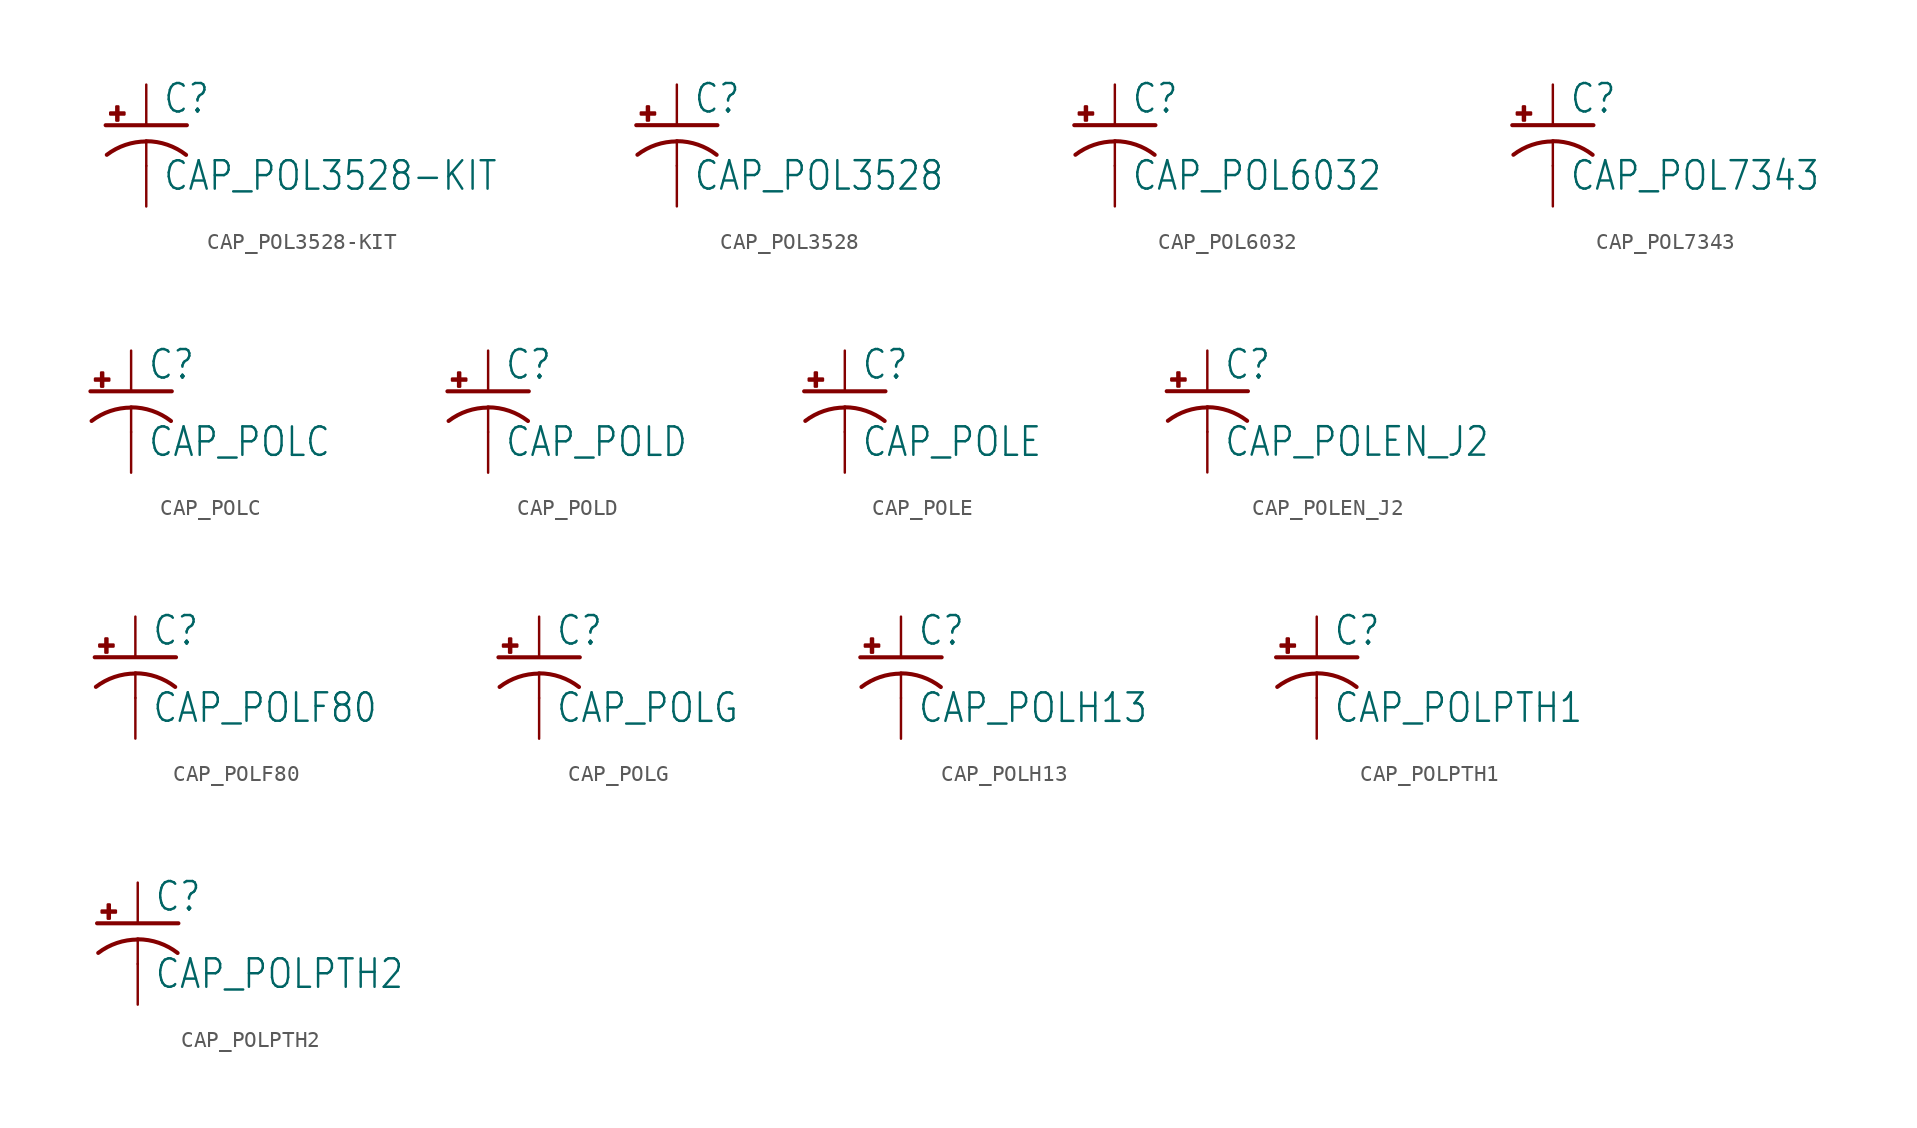
<source format=kicad_sym>
(kicad_symbol_lib
  (version 20200126)
  (host kicad_symbol_editor "5.99.0-unknown-aa7ce74~88~ubuntu18.04.1")
  (symbol "CAP_POL3528-KIT"
    (property "Reference" "C"
      (at 1.016 0.635 0)
      (effects (font (size 1.778 1.511)) (justify left bottom)))
    (property "Value" "CAP_POL3528-KIT"
      (at 1.016 -4.191 0)
      (effects (font (size 1.778 1.511)) (justify left bottom)))
    (property "ki_locked" ""
      (at 0 0 0)
      (effects (font (size 1.27 1.27))))
    (symbol "CAP_POL3528-KIT_1_0"
      (arc (start 2.4892 -1.8542) (end 0 -1) (radius (at 0 -5.0542) (length 4.0541) (angles 52.1 90)) (stroke (width 0.254)) (fill (type none)))
      (arc (start 0 -1.0161) (end -2.4669 -1.8504) (radius (at -0.0001 -5.0797) (length 4.0636) (angles 90 127.4)) (stroke (width 0.254)) (fill (type none)))
      (rectangle (start -2.253 0.668) (end -1.364 0.795) (stroke (width 0)) (fill (type outline)))
      (rectangle (start -1.872 0.287) (end -1.745 1.176) (stroke (width 0)) (fill (type outline)))
      (polyline (pts (xy -2.54 0) (xy 2.54 0)) (stroke (width 0.254)) (fill (type none)))
      (polyline (pts (xy 0 -1.016) (xy 0 -1.016)) (stroke (width 0.152)) (fill (type none)))
      (polyline (pts (xy 0 -1.016) (xy 0 -2.54)) (stroke (width 0.152)) (fill (type none)))
      (pin passive line (at 0 2.54 270) (length 2.54) (name "+" (effects (font (size 0 0)))) (number "A" (effects (font (size 0 0)))))
      (pin passive line (at 0 -5.08 90) (length 2.54) (name "-" (effects (font (size 0 0)))) (number "C" (effects (font (size 0 0)))))))
  (symbol "CAP_POL3528"
    (property "Reference" "C"
      (at 1.016 0.635 0)
      (effects (font (size 1.778 1.511)) (justify left bottom)))
    (property "Value" "CAP_POL3528"
      (at 1.016 -4.191 0)
      (effects (font (size 1.778 1.511)) (justify left bottom)))
    (property "ki_locked" ""
      (at 0 0 0)
      (effects (font (size 1.27 1.27))))
    (symbol "CAP_POL3528_1_0"
      (arc (start 2.4892 -1.8542) (end 0 -1) (radius (at 0 -5.0542) (length 4.0541) (angles 52.1 90)) (stroke (width 0.254)) (fill (type none)))
      (arc (start 0 -1.0161) (end -2.4669 -1.8504) (radius (at -0.0001 -5.0797) (length 4.0636) (angles 90 127.4)) (stroke (width 0.254)) (fill (type none)))
      (rectangle (start -2.253 0.668) (end -1.364 0.795) (stroke (width 0)) (fill (type outline)))
      (rectangle (start -1.872 0.287) (end -1.745 1.176) (stroke (width 0)) (fill (type outline)))
      (polyline (pts (xy -2.54 0) (xy 2.54 0)) (stroke (width 0.254)) (fill (type none)))
      (polyline (pts (xy 0 -1.016) (xy 0 -1.016)) (stroke (width 0.152)) (fill (type none)))
      (polyline (pts (xy 0 -1.016) (xy 0 -2.54)) (stroke (width 0.152)) (fill (type none)))
      (pin passive line (at 0 2.54 270) (length 2.54) (name "+" (effects (font (size 0 0)))) (number "A" (effects (font (size 0 0)))))
      (pin passive line (at 0 -5.08 90) (length 2.54) (name "-" (effects (font (size 0 0)))) (number "C" (effects (font (size 0 0)))))))
  (symbol "CAP_POL6032"
    (property "Reference" "C"
      (at 1.016 0.635 0)
      (effects (font (size 1.778 1.511)) (justify left bottom)))
    (property "Value" "CAP_POL6032"
      (at 1.016 -4.191 0)
      (effects (font (size 1.778 1.511)) (justify left bottom)))
    (property "ki_locked" ""
      (at 0 0 0)
      (effects (font (size 1.27 1.27))))
    (symbol "CAP_POL6032_1_0"
      (arc (start 2.4892 -1.8542) (end 0 -1) (radius (at 0 -5.0542) (length 4.0541) (angles 52.1 90)) (stroke (width 0.254)) (fill (type none)))
      (arc (start 0 -1.0161) (end -2.4669 -1.8504) (radius (at -0.0001 -5.0797) (length 4.0636) (angles 90 127.4)) (stroke (width 0.254)) (fill (type none)))
      (rectangle (start -2.253 0.668) (end -1.364 0.795) (stroke (width 0)) (fill (type outline)))
      (rectangle (start -1.872 0.287) (end -1.745 1.176) (stroke (width 0)) (fill (type outline)))
      (polyline (pts (xy -2.54 0) (xy 2.54 0)) (stroke (width 0.254)) (fill (type none)))
      (polyline (pts (xy 0 -1.016) (xy 0 -1.016)) (stroke (width 0.152)) (fill (type none)))
      (polyline (pts (xy 0 -1.016) (xy 0 -2.54)) (stroke (width 0.152)) (fill (type none)))
      (pin passive line (at 0 2.54 270) (length 2.54) (name "+" (effects (font (size 0 0)))) (number "P$1" (effects (font (size 0 0)))))
      (pin passive line (at 0 -5.08 90) (length 2.54) (name "-" (effects (font (size 0 0)))) (number "P$2" (effects (font (size 0 0)))))))
  (symbol "CAP_POL7343"
    (property "Reference" "C"
      (at 1.016 0.635 0)
      (effects (font (size 1.778 1.511)) (justify left bottom)))
    (property "Value" "CAP_POL7343"
      (at 1.016 -4.191 0)
      (effects (font (size 1.778 1.511)) (justify left bottom)))
    (property "ki_locked" ""
      (at 0 0 0)
      (effects (font (size 1.27 1.27))))
    (symbol "CAP_POL7343_1_0"
      (arc (start 2.4892 -1.8542) (end 0 -1) (radius (at 0 -5.0542) (length 4.0541) (angles 52.1 90)) (stroke (width 0.254)) (fill (type none)))
      (arc (start 0 -1.0161) (end -2.4669 -1.8504) (radius (at -0.0001 -5.0797) (length 4.0636) (angles 90 127.4)) (stroke (width 0.254)) (fill (type none)))
      (rectangle (start -2.253 0.668) (end -1.364 0.795) (stroke (width 0)) (fill (type outline)))
      (rectangle (start -1.872 0.287) (end -1.745 1.176) (stroke (width 0)) (fill (type outline)))
      (polyline (pts (xy -2.54 0) (xy 2.54 0)) (stroke (width 0.254)) (fill (type none)))
      (polyline (pts (xy 0 -1.016) (xy 0 -1.016)) (stroke (width 0.152)) (fill (type none)))
      (polyline (pts (xy 0 -1.016) (xy 0 -2.54)) (stroke (width 0.152)) (fill (type none)))
      (pin passive line (at 0 2.54 270) (length 2.54) (name "+" (effects (font (size 0 0)))) (number "A" (effects (font (size 0 0)))))
      (pin passive line (at 0 -5.08 90) (length 2.54) (name "-" (effects (font (size 0 0)))) (number "C" (effects (font (size 0 0)))))))
  (symbol "CAP_POLC"
    (property "Reference" "C"
      (at 1.016 0.635 0)
      (effects (font (size 1.778 1.511)) (justify left bottom)))
    (property "Value" "CAP_POLC"
      (at 1.016 -4.191 0)
      (effects (font (size 1.778 1.511)) (justify left bottom)))
    (property "ki_locked" ""
      (at 0 0 0)
      (effects (font (size 1.27 1.27))))
    (symbol "CAP_POLC_1_0"
      (arc (start 2.4892 -1.8542) (end 0 -1) (radius (at 0 -5.0542) (length 4.0541) (angles 52.1 90)) (stroke (width 0.254)) (fill (type none)))
      (arc (start 0 -1.0161) (end -2.4669 -1.8504) (radius (at -0.0001 -5.0797) (length 4.0636) (angles 90 127.4)) (stroke (width 0.254)) (fill (type none)))
      (rectangle (start -2.253 0.668) (end -1.364 0.795) (stroke (width 0)) (fill (type outline)))
      (rectangle (start -1.872 0.287) (end -1.745 1.176) (stroke (width 0)) (fill (type outline)))
      (polyline (pts (xy -2.54 0) (xy 2.54 0)) (stroke (width 0.254)) (fill (type none)))
      (polyline (pts (xy 0 -1.016) (xy 0 -1.016)) (stroke (width 0.152)) (fill (type none)))
      (polyline (pts (xy 0 -1.016) (xy 0 -2.54)) (stroke (width 0.152)) (fill (type none)))
      (pin passive line (at 0 2.54 270) (length 2.54) (name "+" (effects (font (size 0 0)))) (number "+" (effects (font (size 0 0)))))
      (pin passive line (at 0 -5.08 90) (length 2.54) (name "-" (effects (font (size 0 0)))) (number "-" (effects (font (size 0 0)))))))
  (symbol "CAP_POLD"
    (property "Reference" "C"
      (at 1.016 0.635 0)
      (effects (font (size 1.778 1.511)) (justify left bottom)))
    (property "Value" "CAP_POLD"
      (at 1.016 -4.191 0)
      (effects (font (size 1.778 1.511)) (justify left bottom)))
    (property "ki_locked" ""
      (at 0 0 0)
      (effects (font (size 1.27 1.27))))
    (symbol "CAP_POLD_1_0"
      (arc (start 2.4892 -1.8542) (end 0 -1) (radius (at 0 -5.0542) (length 4.0541) (angles 52.1 90)) (stroke (width 0.254)) (fill (type none)))
      (arc (start 0 -1.0161) (end -2.4669 -1.8504) (radius (at -0.0001 -5.0797) (length 4.0636) (angles 90 127.4)) (stroke (width 0.254)) (fill (type none)))
      (rectangle (start -2.253 0.668) (end -1.364 0.795) (stroke (width 0)) (fill (type outline)))
      (rectangle (start -1.872 0.287) (end -1.745 1.176) (stroke (width 0)) (fill (type outline)))
      (polyline (pts (xy -2.54 0) (xy 2.54 0)) (stroke (width 0.254)) (fill (type none)))
      (polyline (pts (xy 0 -1.016) (xy 0 -1.016)) (stroke (width 0.152)) (fill (type none)))
      (polyline (pts (xy 0 -1.016) (xy 0 -2.54)) (stroke (width 0.152)) (fill (type none)))
      (pin passive line (at 0 2.54 270) (length 2.54) (name "+" (effects (font (size 0 0)))) (number "+" (effects (font (size 0 0)))))
      (pin passive line (at 0 -5.08 90) (length 2.54) (name "-" (effects (font (size 0 0)))) (number "-" (effects (font (size 0 0)))))))
  (symbol "CAP_POLE"
    (property "Reference" "C"
      (at 1.016 0.635 0)
      (effects (font (size 1.778 1.511)) (justify left bottom)))
    (property "Value" "CAP_POLE"
      (at 1.016 -4.191 0)
      (effects (font (size 1.778 1.511)) (justify left bottom)))
    (property "ki_locked" ""
      (at 0 0 0)
      (effects (font (size 1.27 1.27))))
    (symbol "CAP_POLE_1_0"
      (arc (start 2.4892 -1.8542) (end 0 -1) (radius (at 0 -5.0542) (length 4.0541) (angles 52.1 90)) (stroke (width 0.254)) (fill (type none)))
      (arc (start 0 -1.0161) (end -2.4669 -1.8504) (radius (at -0.0001 -5.0797) (length 4.0636) (angles 90 127.4)) (stroke (width 0.254)) (fill (type none)))
      (rectangle (start -2.253 0.668) (end -1.364 0.795) (stroke (width 0)) (fill (type outline)))
      (rectangle (start -1.872 0.287) (end -1.745 1.176) (stroke (width 0)) (fill (type outline)))
      (polyline (pts (xy -2.54 0) (xy 2.54 0)) (stroke (width 0.254)) (fill (type none)))
      (polyline (pts (xy 0 -1.016) (xy 0 -1.016)) (stroke (width 0.152)) (fill (type none)))
      (polyline (pts (xy 0 -1.016) (xy 0 -2.54)) (stroke (width 0.152)) (fill (type none)))
      (pin passive line (at 0 2.54 270) (length 2.54) (name "+" (effects (font (size 0 0)))) (number "+" (effects (font (size 0 0)))))
      (pin passive line (at 0 -5.08 90) (length 2.54) (name "-" (effects (font (size 0 0)))) (number "-" (effects (font (size 0 0)))))))
  (symbol "CAP_POLEN_J2"
    (property "Reference" "C"
      (at 1.016 0.635 0)
      (effects (font (size 1.778 1.511)) (justify left bottom)))
    (property "Value" "CAP_POLEN_J2"
      (at 1.016 -4.191 0)
      (effects (font (size 1.778 1.511)) (justify left bottom)))
    (property "ki_locked" ""
      (at 0 0 0)
      (effects (font (size 1.27 1.27))))
    (symbol "CAP_POLEN_J2_1_0"
      (arc (start 2.4892 -1.8542) (end 0 -1) (radius (at 0 -5.0542) (length 4.0541) (angles 52.1 90)) (stroke (width 0.254)) (fill (type none)))
      (arc (start 0 -1.0161) (end -2.4669 -1.8504) (radius (at -0.0001 -5.0797) (length 4.0636) (angles 90 127.4)) (stroke (width 0.254)) (fill (type none)))
      (rectangle (start -2.253 0.668) (end -1.364 0.795) (stroke (width 0)) (fill (type outline)))
      (rectangle (start -1.872 0.287) (end -1.745 1.176) (stroke (width 0)) (fill (type outline)))
      (polyline (pts (xy -2.54 0) (xy 2.54 0)) (stroke (width 0.254)) (fill (type none)))
      (polyline (pts (xy 0 -1.016) (xy 0 -1.016)) (stroke (width 0.152)) (fill (type none)))
      (polyline (pts (xy 0 -1.016) (xy 0 -2.54)) (stroke (width 0.152)) (fill (type none)))
      (pin passive line (at 0 2.54 270) (length 2.54) (name "+" (effects (font (size 0 0)))) (number "+" (effects (font (size 0 0)))))
      (pin passive line (at 0 -5.08 90) (length 2.54) (name "-" (effects (font (size 0 0)))) (number "-" (effects (font (size 0 0)))))))
  (symbol "CAP_POLF80"
    (property "Reference" "C"
      (at 1.016 0.635 0)
      (effects (font (size 1.778 1.511)) (justify left bottom)))
    (property "Value" "CAP_POLF80"
      (at 1.016 -4.191 0)
      (effects (font (size 1.778 1.511)) (justify left bottom)))
    (property "ki_locked" ""
      (at 0 0 0)
      (effects (font (size 1.27 1.27))))
    (symbol "CAP_POLF80_1_0"
      (arc (start 2.4892 -1.8542) (end 0 -1) (radius (at 0 -5.0542) (length 4.0541) (angles 52.1 90)) (stroke (width 0.254)) (fill (type none)))
      (arc (start 0 -1.0161) (end -2.4669 -1.8504) (radius (at -0.0001 -5.0797) (length 4.0636) (angles 90 127.4)) (stroke (width 0.254)) (fill (type none)))
      (rectangle (start -2.253 0.668) (end -1.364 0.795) (stroke (width 0)) (fill (type outline)))
      (rectangle (start -1.872 0.287) (end -1.745 1.176) (stroke (width 0)) (fill (type outline)))
      (polyline (pts (xy -2.54 0) (xy 2.54 0)) (stroke (width 0.254)) (fill (type none)))
      (polyline (pts (xy 0 -1.016) (xy 0 -1.016)) (stroke (width 0.152)) (fill (type none)))
      (polyline (pts (xy 0 -1.016) (xy 0 -2.54)) (stroke (width 0.152)) (fill (type none)))
      (pin passive line (at 0 2.54 270) (length 2.54) (name "+" (effects (font (size 0 0)))) (number "+" (effects (font (size 0 0)))))
      (pin passive line (at 0 -5.08 90) (length 2.54) (name "-" (effects (font (size 0 0)))) (number "-" (effects (font (size 0 0)))))))
  (symbol "CAP_POLG"
    (property "Reference" "C"
      (at 1.016 0.635 0)
      (effects (font (size 1.778 1.511)) (justify left bottom)))
    (property "Value" "CAP_POLG"
      (at 1.016 -4.191 0)
      (effects (font (size 1.778 1.511)) (justify left bottom)))
    (property "ki_locked" ""
      (at 0 0 0)
      (effects (font (size 1.27 1.27))))
    (symbol "CAP_POLG_1_0"
      (arc (start 2.4892 -1.8542) (end 0 -1) (radius (at 0 -5.0542) (length 4.0541) (angles 52.1 90)) (stroke (width 0.254)) (fill (type none)))
      (arc (start 0 -1.0161) (end -2.4669 -1.8504) (radius (at -0.0001 -5.0797) (length 4.0636) (angles 90 127.4)) (stroke (width 0.254)) (fill (type none)))
      (rectangle (start -2.253 0.668) (end -1.364 0.795) (stroke (width 0)) (fill (type outline)))
      (rectangle (start -1.872 0.287) (end -1.745 1.176) (stroke (width 0)) (fill (type outline)))
      (polyline (pts (xy -2.54 0) (xy 2.54 0)) (stroke (width 0.254)) (fill (type none)))
      (polyline (pts (xy 0 -1.016) (xy 0 -1.016)) (stroke (width 0.152)) (fill (type none)))
      (polyline (pts (xy 0 -1.016) (xy 0 -2.54)) (stroke (width 0.152)) (fill (type none)))
      (pin passive line (at 0 2.54 270) (length 2.54) (name "+" (effects (font (size 0 0)))) (number "+" (effects (font (size 0 0)))))
      (pin passive line (at 0 -5.08 90) (length 2.54) (name "-" (effects (font (size 0 0)))) (number "-" (effects (font (size 0 0)))))))
  (symbol "CAP_POLH13"
    (property "Reference" "C"
      (at 1.016 0.635 0)
      (effects (font (size 1.778 1.511)) (justify left bottom)))
    (property "Value" "CAP_POLH13"
      (at 1.016 -4.191 0)
      (effects (font (size 1.778 1.511)) (justify left bottom)))
    (property "ki_locked" ""
      (at 0 0 0)
      (effects (font (size 1.27 1.27))))
    (symbol "CAP_POLH13_1_0"
      (arc (start 2.4892 -1.8542) (end 0 -1) (radius (at 0 -5.0542) (length 4.0541) (angles 52.1 90)) (stroke (width 0.254)) (fill (type none)))
      (arc (start 0 -1.0161) (end -2.4669 -1.8504) (radius (at -0.0001 -5.0797) (length 4.0636) (angles 90 127.4)) (stroke (width 0.254)) (fill (type none)))
      (rectangle (start -2.253 0.668) (end -1.364 0.795) (stroke (width 0)) (fill (type outline)))
      (rectangle (start -1.872 0.287) (end -1.745 1.176) (stroke (width 0)) (fill (type outline)))
      (polyline (pts (xy -2.54 0) (xy 2.54 0)) (stroke (width 0.254)) (fill (type none)))
      (polyline (pts (xy 0 -1.016) (xy 0 -1.016)) (stroke (width 0.152)) (fill (type none)))
      (polyline (pts (xy 0 -1.016) (xy 0 -2.54)) (stroke (width 0.152)) (fill (type none)))
      (pin passive line (at 0 2.54 270) (length 2.54) (name "+" (effects (font (size 0 0)))) (number "+" (effects (font (size 0 0)))))
      (pin passive line (at 0 -5.08 90) (length 2.54) (name "-" (effects (font (size 0 0)))) (number "-" (effects (font (size 0 0)))))))
  (symbol "CAP_POLPTH1"
    (property "Reference" "C"
      (at 1.016 0.635 0)
      (effects (font (size 1.778 1.511)) (justify left bottom)))
    (property "Value" "CAP_POLPTH1"
      (at 1.016 -4.191 0)
      (effects (font (size 1.778 1.511)) (justify left bottom)))
    (property "ki_locked" ""
      (at 0 0 0)
      (effects (font (size 1.27 1.27))))
    (symbol "CAP_POLPTH1_1_0"
      (arc (start 2.4892 -1.8542) (end 0 -1) (radius (at 0 -5.0542) (length 4.0541) (angles 52.1 90)) (stroke (width 0.254)) (fill (type none)))
      (arc (start 0 -1.0161) (end -2.4669 -1.8504) (radius (at -0.0001 -5.0797) (length 4.0636) (angles 90 127.4)) (stroke (width 0.254)) (fill (type none)))
      (rectangle (start -2.253 0.668) (end -1.364 0.795) (stroke (width 0)) (fill (type outline)))
      (rectangle (start -1.872 0.287) (end -1.745 1.176) (stroke (width 0)) (fill (type outline)))
      (polyline (pts (xy -2.54 0) (xy 2.54 0)) (stroke (width 0.254)) (fill (type none)))
      (polyline (pts (xy 0 -1.016) (xy 0 -1.016)) (stroke (width 0.152)) (fill (type none)))
      (polyline (pts (xy 0 -1.016) (xy 0 -2.54)) (stroke (width 0.152)) (fill (type none)))
      (pin passive line (at 0 2.54 270) (length 2.54) (name "+" (effects (font (size 0 0)))) (number "1" (effects (font (size 0 0)))))
      (pin passive line (at 0 -5.08 90) (length 2.54) (name "-" (effects (font (size 0 0)))) (number "2" (effects (font (size 0 0)))))))
  (symbol "CAP_POLPTH2"
    (property "Reference" "C"
      (at 1.016 0.635 0)
      (effects (font (size 1.778 1.511)) (justify left bottom)))
    (property "Value" "CAP_POLPTH2"
      (at 1.016 -4.191 0)
      (effects (font (size 1.778 1.511)) (justify left bottom)))
    (property "ki_locked" ""
      (at 0 0 0)
      (effects (font (size 1.27 1.27))))
    (symbol "CAP_POLPTH2_1_0"
      (arc (start 2.4892 -1.8542) (end 0 -1) (radius (at 0 -5.0542) (length 4.0541) (angles 52.1 90)) (stroke (width 0.254)) (fill (type none)))
      (arc (start 0 -1.0161) (end -2.4669 -1.8504) (radius (at -0.0001 -5.0797) (length 4.0636) (angles 90 127.4)) (stroke (width 0.254)) (fill (type none)))
      (rectangle (start -2.253 0.668) (end -1.364 0.795) (stroke (width 0)) (fill (type outline)))
      (rectangle (start -1.872 0.287) (end -1.745 1.176) (stroke (width 0)) (fill (type outline)))
      (polyline (pts (xy -2.54 0) (xy 2.54 0)) (stroke (width 0.254)) (fill (type none)))
      (polyline (pts (xy 0 -1.016) (xy 0 -1.016)) (stroke (width 0.152)) (fill (type none)))
      (polyline (pts (xy 0 -1.016) (xy 0 -2.54)) (stroke (width 0.152)) (fill (type none)))
      (pin passive line (at 0 2.54 270) (length 2.54) (name "+" (effects (font (size 0 0)))) (number "1" (effects (font (size 0 0)))))
      (pin passive line (at 0 -5.08 90) (length 2.54) (name "-" (effects (font (size 0 0)))) (number "2" (effects (font (size 0 0))))))))
</source>
